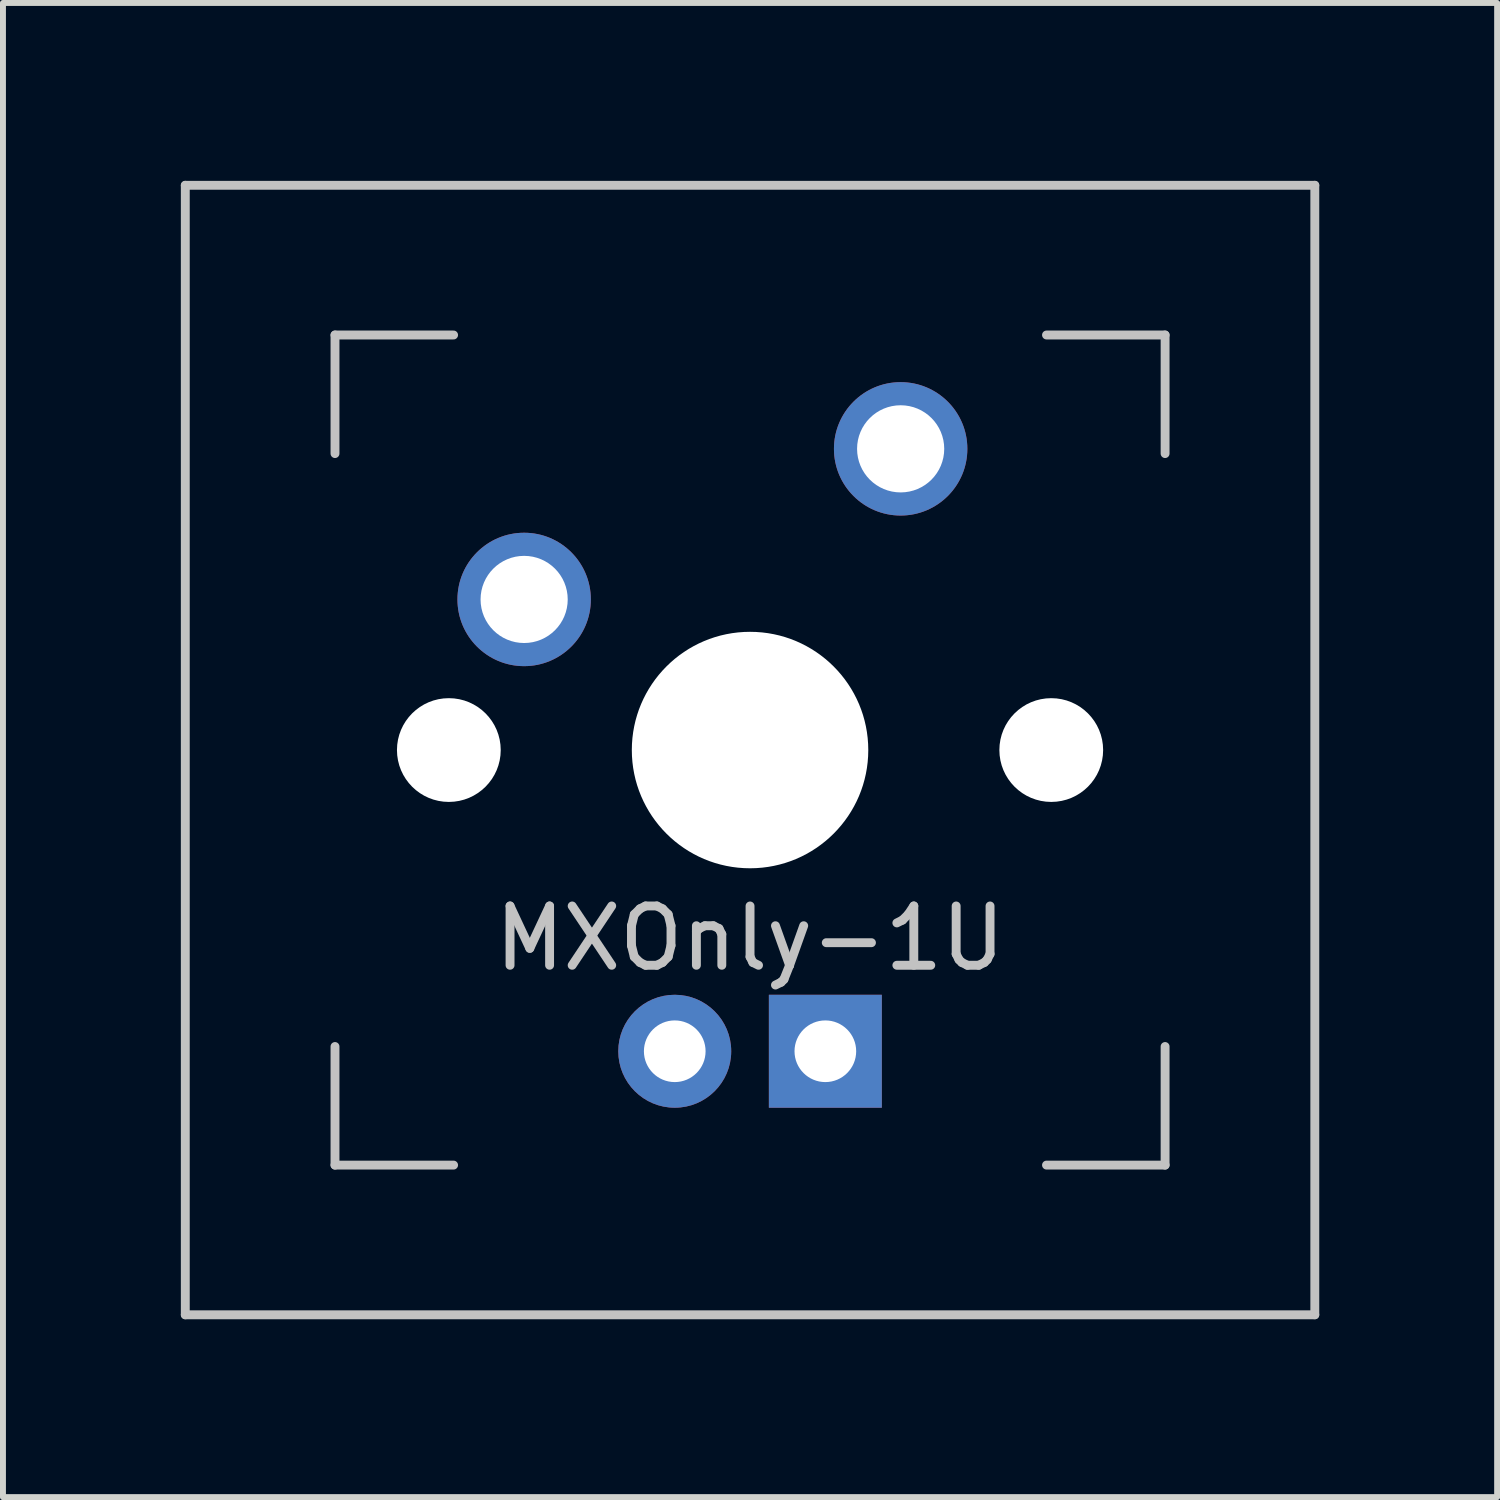
<source format=kicad_pcb>
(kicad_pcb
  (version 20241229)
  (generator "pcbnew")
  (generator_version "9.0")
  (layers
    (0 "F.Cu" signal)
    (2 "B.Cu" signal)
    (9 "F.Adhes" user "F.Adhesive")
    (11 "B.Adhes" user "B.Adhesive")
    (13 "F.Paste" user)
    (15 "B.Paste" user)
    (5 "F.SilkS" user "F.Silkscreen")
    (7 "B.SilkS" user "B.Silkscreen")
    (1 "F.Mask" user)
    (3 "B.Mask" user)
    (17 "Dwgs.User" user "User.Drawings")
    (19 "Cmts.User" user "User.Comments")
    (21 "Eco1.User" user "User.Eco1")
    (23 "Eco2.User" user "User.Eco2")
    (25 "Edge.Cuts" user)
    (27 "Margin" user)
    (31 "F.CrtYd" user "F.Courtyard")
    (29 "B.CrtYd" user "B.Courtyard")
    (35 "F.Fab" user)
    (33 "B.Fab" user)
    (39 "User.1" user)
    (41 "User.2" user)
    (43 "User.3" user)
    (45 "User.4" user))
  (footprint "MXOnly-1U"
    (layer "F.Cu")
    (at 9.6 9.6)
    (property "Reference" "MXOnly-1U" (at 0 3.175 0) (layer "Dwgs.User") (effects (font (size 1 1) (thickness 0.15))))
    (attr through_hole)
    (fp_line (start -9.525 -9.525) (end 9.525 -9.525) (stroke (width 0.15) (type solid)) (layer "Dwgs.User"))
    (fp_line (start -9.525 9.525) (end -9.525 -9.525) (stroke (width 0.15) (type solid)) (layer "Dwgs.User"))
    (fp_line (start -7 -7) (end -7 -5) (stroke (width 0.15) (type solid)) (layer "Dwgs.User"))
    (fp_line (start -7 5) (end -7 7) (stroke (width 0.15) (type solid)) (layer "Dwgs.User"))
    (fp_line (start -7 7) (end -5 7) (stroke (width 0.15) (type solid)) (layer "Dwgs.User"))
    (fp_line (start -5 -7) (end -7 -7) (stroke (width 0.15) (type solid)) (layer "Dwgs.User"))
    (fp_line (start 5 -7) (end 7 -7) (stroke (width 0.15) (type solid)) (layer "Dwgs.User"))
    (fp_line (start 5 7) (end 7 7) (stroke (width 0.15) (type solid)) (layer "Dwgs.User"))
    (fp_line (start 7 -7) (end 7 -5) (stroke (width 0.15) (type solid)) (layer "Dwgs.User"))
    (fp_line (start 7 7) (end 7 5) (stroke (width 0.15) (type solid)) (layer "Dwgs.User"))
    (fp_line (start 9.525 -9.525) (end 9.525 9.525) (stroke (width 0.15) (type solid)) (layer "Dwgs.User"))
    (fp_line (start 9.525 9.525) (end -9.525 9.525) (stroke (width 0.15) (type solid)) (layer "Dwgs.User"))
    (pad "" np_thru_hole circle (at -5.08 0 48.1) (size 1.75 1.75) (drill 1.75) (layers "*.Cu" "*.Mask"))
    (pad "" np_thru_hole circle (at 0 0) (size 3.988 3.988) (drill 3.988) (layers "*.Cu" "*.Mask"))
    (pad "" np_thru_hole circle (at 5.08 0 48.1) (size 1.75 1.75) (drill 1.75) (layers "*.Cu" "*.Mask"))
    (pad "1" thru_hole circle (at -3.81 -2.54) (size 2.25 2.25) (drill 1.47) (layers "*.Cu" "B.Mask"))
    (pad "2" thru_hole circle (at 2.54 -5.08) (size 2.25 2.25) (drill 1.47) (layers "*.Cu" "B.Mask"))
    (pad "3" thru_hole circle (at -1.27 5.08) (size 1.905 1.905) (drill 1.04) (layers "*.Cu" "B.Mask"))
    (pad "4" thru_hole rect (at 1.27 5.08) (size 1.905 1.905) (drill 1.04) (layers "*.Cu" "B.Mask")))
  (gr_rect
    (start -3 -3)
    (end 22.2 22.2)
    (stroke (width 0.1) (type default))
    (fill no)
    (layer "Edge.Cuts")))
</source>
